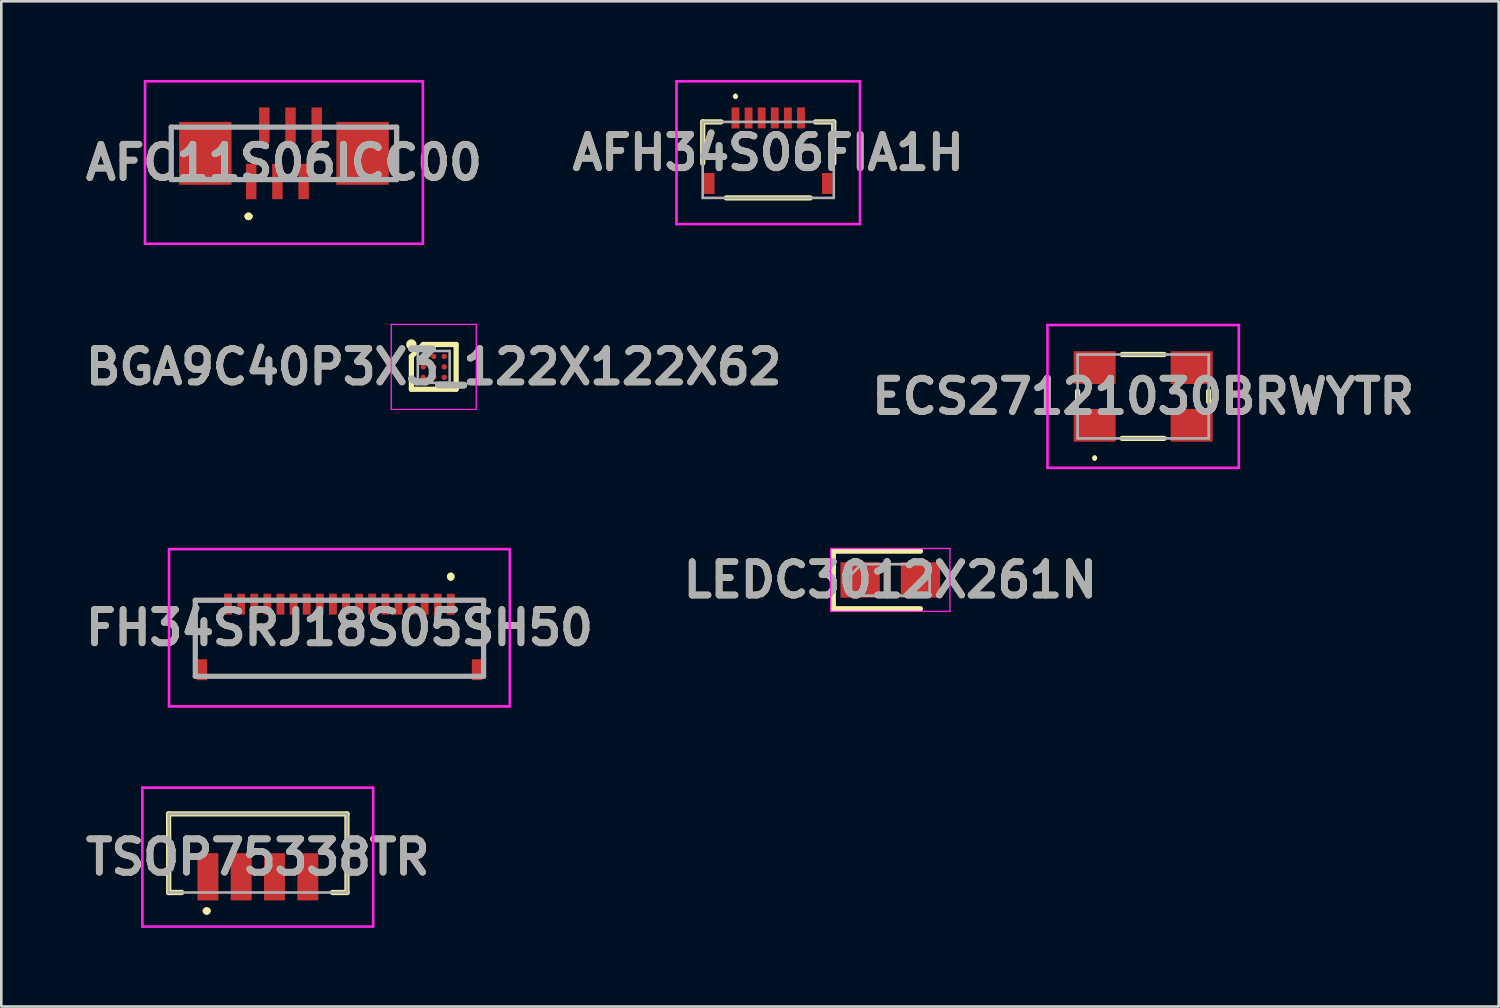
<source format=kicad_pcb>
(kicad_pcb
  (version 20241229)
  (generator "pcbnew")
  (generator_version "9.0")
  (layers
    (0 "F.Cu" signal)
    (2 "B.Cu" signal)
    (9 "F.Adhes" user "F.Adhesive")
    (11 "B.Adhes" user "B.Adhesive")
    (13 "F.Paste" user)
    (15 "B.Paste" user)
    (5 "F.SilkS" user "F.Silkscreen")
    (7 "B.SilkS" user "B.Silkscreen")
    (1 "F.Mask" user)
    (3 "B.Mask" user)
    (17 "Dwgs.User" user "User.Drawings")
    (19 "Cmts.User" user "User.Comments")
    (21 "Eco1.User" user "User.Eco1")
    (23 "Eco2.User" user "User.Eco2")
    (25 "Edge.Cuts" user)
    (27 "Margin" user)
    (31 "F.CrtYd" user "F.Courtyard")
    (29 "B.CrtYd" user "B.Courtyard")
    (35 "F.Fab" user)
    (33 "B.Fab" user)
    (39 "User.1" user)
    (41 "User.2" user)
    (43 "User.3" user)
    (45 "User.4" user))
  (footprint "LEDC3012X261N"
    (layer "F.Cu")
    (at 30.916 19.075)
    (property "Reference" "LEDC3012X261N" (at 0 0 0) (layer "F.SilkS") (effects (font (size 1.27 1.27) (thickness 0.254))))
    (attr smd)
    (fp_line (start -2.175 -1.1) (end -2.175 1.1) (stroke (width 0.2) (type solid)) (layer "F.SilkS"))
    (fp_line (start -2.175 1.1) (end 1.15 1.1) (stroke (width 0.2) (type solid)) (layer "F.SilkS"))
    (fp_line (start 1.15 -1.1) (end -2.175 -1.1) (stroke (width 0.2) (type solid)) (layer "F.SilkS"))
    (fp_line (start -2.275 -1.2) (end 2.275 -1.2) (stroke (width 0.05) (type solid)) (layer "F.CrtYd"))
    (fp_line (start -2.275 1.2) (end -2.275 -1.2) (stroke (width 0.05) (type solid)) (layer "F.CrtYd"))
    (fp_line (start 2.275 -1.2) (end 2.275 1.2) (stroke (width 0.05) (type solid)) (layer "F.CrtYd"))
    (fp_line (start 2.275 1.2) (end -2.275 1.2) (stroke (width 0.05) (type solid)) (layer "F.CrtYd"))
    (fp_line (start -1.5 -0.6) (end 1.5 -0.6) (stroke (width 0.1) (type solid)) (layer "F.Fab"))
    (fp_line (start -1.5 -0.2) (end -1.1 -0.6) (stroke (width 0.1) (type solid)) (layer "F.Fab"))
    (fp_line (start -1.5 0.6) (end -1.5 -0.6) (stroke (width 0.1) (type solid)) (layer "F.Fab"))
    (fp_line (start 1.5 -0.6) (end 1.5 0.6) (stroke (width 0.1) (type solid)) (layer "F.Fab"))
    (fp_line (start 1.5 0.6) (end -1.5 0.6) (stroke (width 0.1) (type solid)) (layer "F.Fab"))
    (fp_text user "${REFERENCE}" (at 0 0 0) (layer "F.Fab") (effects (font (size 1.27 1.27) (thickness 0.254))))
    (pad "1" smd rect (at -1.15 0 90) (size 1.35 1.5) (layers "F.Cu" "F.Mask" "F.Paste"))
    (pad "2" smd rect (at 1.15 0 90) (size 1.35 1.5) (layers "F.Cu" "F.Mask" "F.Paste")))
  (footprint "BGA9C40P3X3_122X122X62"
    (layer "F.Cu")
    (at 13.498 10.947)
    (property "Reference" "BGA9C40P3X3_122X122X62" (at 0 0 0) (layer "F.SilkS") (effects (font (size 1.27 1.27) (thickness 0.254))))
    (attr smd)
    (fp_line (start -0.854 -0.4) (end -0.4 -0.854) (stroke (width 0.2) (type solid)) (layer "F.SilkS"))
    (fp_line (start -0.854 0.854) (end -0.854 -0.4) (stroke (width 0.2) (type solid)) (layer "F.SilkS"))
    (fp_line (start -0.4 -0.854) (end 0.854 -0.854) (stroke (width 0.2) (type solid)) (layer "F.SilkS"))
    (fp_line (start 0.854 -0.854) (end 0.854 0.854) (stroke (width 0.2) (type solid)) (layer "F.SilkS"))
    (fp_line (start 0.854 0.854) (end -0.854 0.854) (stroke (width 0.2) (type solid)) (layer "F.SilkS"))
    (fp_circle (center -0.854 -0.854) (end -0.854 -0.754) (stroke (width 0.2) (type solid)) (fill no) (layer "F.SilkS"))
    (fp_line (start -1.622 -1.622) (end 1.623 -1.622) (stroke (width 0.05) (type solid)) (layer "F.CrtYd"))
    (fp_line (start -1.622 1.623) (end -1.622 -1.622) (stroke (width 0.05) (type solid)) (layer "F.CrtYd"))
    (fp_line (start 1.623 -1.622) (end 1.623 1.623) (stroke (width 0.05) (type solid)) (layer "F.CrtYd"))
    (fp_line (start 1.623 1.623) (end -1.622 1.623) (stroke (width 0.05) (type solid)) (layer "F.CrtYd"))
    (fp_line (start -0.608 -0.608) (end 0.607 -0.608) (stroke (width 0.1) (type solid)) (layer "F.Fab"))
    (fp_line (start -0.608 -0.296) (end -0.297 -0.607) (stroke (width 0.1) (type solid)) (layer "F.Fab"))
    (fp_line (start -0.608 0.607) (end -0.608 -0.608) (stroke (width 0.1) (type solid)) (layer "F.Fab"))
    (fp_line (start 0.607 -0.608) (end 0.607 0.607) (stroke (width 0.1) (type solid)) (layer "F.Fab"))
    (fp_line (start 0.607 0.607) (end -0.608 0.607) (stroke (width 0.1) (type solid)) (layer "F.Fab"))
    (fp_text user "${REFERENCE}" (at 0 0 0) (layer "F.Fab") (effects (font (size 1.27 1.27) (thickness 0.254))))
    (pad "A1" smd circle (at -0.4 -0.4 90) (size 0.208 0.208) (layers "F.Cu" "F.Mask" "F.Paste"))
    (pad "A2" smd circle (at 0 -0.4 90) (size 0.208 0.208) (layers "F.Cu" "F.Mask" "F.Paste"))
    (pad "A3" smd circle (at 0.4 -0.4 90) (size 0.208 0.208) (layers "F.Cu" "F.Mask" "F.Paste"))
    (pad "B1" smd circle (at -0.4 0 90) (size 0.208 0.208) (layers "F.Cu" "F.Mask" "F.Paste"))
    (pad "B2" smd circle (at 0 0 90) (size 0.208 0.208) (layers "F.Cu" "F.Mask" "F.Paste"))
    (pad "B3" smd circle (at 0.4 0 90) (size 0.208 0.208) (layers "F.Cu" "F.Mask" "F.Paste"))
    (pad "C1" smd circle (at -0.4 0.4 90) (size 0.208 0.208) (layers "F.Cu" "F.Mask" "F.Paste"))
    (pad "C2" smd circle (at 0 0.4 90) (size 0.208 0.208) (layers "F.Cu" "F.Mask" "F.Paste"))
    (pad "C3" smd circle (at 0.4 0.4 90) (size 0.208 0.208) (layers "F.Cu" "F.Mask" "F.Paste")))
  (footprint "FH34SRJ18S05SH50"
    (layer "F.Cu")
    (at 9.9 21.3)
    (property "Reference" "FH34SRJ18S05SH50" (at 0 -0.4 0) (layer "F.SilkS") (effects (font (size 1.27 1.27) (thickness 0.254))))
    (attr smd)
    (fp_line (start -5.5 -1.45) (end -5.5 0.2) (stroke (width 0.1) (type solid)) (layer "F.SilkS"))
    (fp_line (start -5 -1.45) (end -5.5 -1.45) (stroke (width 0.1) (type solid)) (layer "F.SilkS"))
    (fp_line (start -4.5 1.45) (end -4.5 1.45) (stroke (width 0.1) (type solid)) (layer "F.SilkS"))
    (fp_line (start -4.5 1.45) (end 4.5 1.45) (stroke (width 0.1) (type solid)) (layer "F.SilkS"))
    (fp_line (start 4.25 -2.4) (end 4.25 -2.4) (stroke (width 0.2) (type solid)) (layer "F.SilkS"))
    (fp_line (start 4.25 -2.4) (end 4.25 -2.4) (stroke (width 0.2) (type solid)) (layer "F.SilkS"))
    (fp_line (start 4.25 -2.3) (end 4.25 -2.3) (stroke (width 0.2) (type solid)) (layer "F.SilkS"))
    (fp_line (start 4.5 1.45) (end -4.5 1.45) (stroke (width 0.1) (type solid)) (layer "F.SilkS"))
    (fp_line (start 4.5 1.45) (end 4.5 1.45) (stroke (width 0.1) (type solid)) (layer "F.SilkS"))
    (fp_line (start 5 -1.45) (end 5.5 -1.45) (stroke (width 0.1) (type solid)) (layer "F.SilkS"))
    (fp_line (start 5.5 -1.45) (end 5.5 0.2) (stroke (width 0.1) (type solid)) (layer "F.SilkS"))
    (fp_arc (start 4.25 -2.4) (mid 4.3 -2.35) (end 4.25 -2.3) (stroke (width 0.2) (type solid)) (layer "F.SilkS"))
    (fp_arc (start 4.25 -2.3) (mid 4.2 -2.35) (end 4.25 -2.4) (stroke (width 0.2) (type solid)) (layer "F.SilkS"))
    (fp_arc (start 4.25 -2.3) (mid 4.2 -2.35) (end 4.25 -2.4) (stroke (width 0.2) (type solid)) (layer "F.SilkS"))
    (fp_line (start -6.5 -3.4) (end 6.5 -3.4) (stroke (width 0.1) (type solid)) (layer "F.CrtYd"))
    (fp_line (start -6.5 2.6) (end -6.5 -3.4) (stroke (width 0.1) (type solid)) (layer "F.CrtYd"))
    (fp_line (start 6.5 -3.4) (end 6.5 2.6) (stroke (width 0.1) (type solid)) (layer "F.CrtYd"))
    (fp_line (start 6.5 2.6) (end -6.5 2.6) (stroke (width 0.1) (type solid)) (layer "F.CrtYd"))
    (fp_line (start -5.5 -1.45) (end 5.5 -1.45) (stroke (width 0.2) (type solid)) (layer "F.Fab"))
    (fp_line (start -5.5 1.45) (end -5.5 -1.45) (stroke (width 0.2) (type solid)) (layer "F.Fab"))
    (fp_line (start 5.5 -1.45) (end 5.5 1.45) (stroke (width 0.2) (type solid)) (layer "F.Fab"))
    (fp_line (start 5.5 1.45) (end -5.5 1.45) (stroke (width 0.2) (type solid)) (layer "F.Fab"))
    (fp_text user "${REFERENCE}" (at 0 -0.4 0) (layer "F.Fab") (effects (font (size 1.27 1.27) (thickness 0.254))))
    (pad "1" smd rect (at 4.25 -1.3) (size 0.3 0.8) (layers "F.Cu" "F.Mask" "F.Paste"))
    (pad "2" smd rect (at 3.75 -1.3) (size 0.3 0.8) (layers "F.Cu" "F.Mask" "F.Paste"))
    (pad "3" smd rect (at 3.25 -1.3) (size 0.3 0.8) (layers "F.Cu" "F.Mask" "F.Paste"))
    (pad "4" smd rect (at 2.75 -1.3) (size 0.3 0.8) (layers "F.Cu" "F.Mask" "F.Paste"))
    (pad "5" smd rect (at 2.25 -1.3) (size 0.3 0.8) (layers "F.Cu" "F.Mask" "F.Paste"))
    (pad "6" smd rect (at 1.75 -1.3) (size 0.3 0.8) (layers "F.Cu" "F.Mask" "F.Paste"))
    (pad "7" smd rect (at 1.25 -1.3) (size 0.3 0.8) (layers "F.Cu" "F.Mask" "F.Paste"))
    (pad "8" smd rect (at 0.75 -1.3) (size 0.3 0.8) (layers "F.Cu" "F.Mask" "F.Paste"))
    (pad "9" smd rect (at 0.25 -1.3) (size 0.3 0.8) (layers "F.Cu" "F.Mask" "F.Paste"))
    (pad "10" smd rect (at -0.25 -1.3) (size 0.3 0.8) (layers "F.Cu" "F.Mask" "F.Paste"))
    (pad "11" smd rect (at -0.75 -1.3) (size 0.3 0.8) (layers "F.Cu" "F.Mask" "F.Paste"))
    (pad "12" smd rect (at -1.25 -1.3) (size 0.3 0.8) (layers "F.Cu" "F.Mask" "F.Paste"))
    (pad "13" smd rect (at -1.75 -1.3) (size 0.3 0.8) (layers "F.Cu" "F.Mask" "F.Paste"))
    (pad "14" smd rect (at -2.25 -1.3) (size 0.3 0.8) (layers "F.Cu" "F.Mask" "F.Paste"))
    (pad "15" smd rect (at -2.75 -1.3) (size 0.3 0.8) (layers "F.Cu" "F.Mask" "F.Paste"))
    (pad "16" smd rect (at -3.25 -1.3) (size 0.3 0.8) (layers "F.Cu" "F.Mask" "F.Paste"))
    (pad "17" smd rect (at -3.75 -1.3) (size 0.3 0.8) (layers "F.Cu" "F.Mask" "F.Paste"))
    (pad "18" smd rect (at -4.25 -1.3) (size 0.3 0.8) (layers "F.Cu" "F.Mask" "F.Paste"))
    (pad "MP1" smd rect (at 5.25 1.2) (size 0.4 0.8) (layers "F.Cu" "F.Mask" "F.Paste"))
    (pad "MP2" smd rect (at -5.25 1.2) (size 0.4 0.8) (layers "F.Cu" "F.Mask" "F.Paste")))
  (footprint "ECS27121030BRWYTR"
    (layer "F.Cu")
    (at 40.562 12.075)
    (property "Reference" "ECS27121030BRWYTR" (at 0 0 0) (layer "F.SilkS") (effects (font (size 1.27 1.27) (thickness 0.254))))
    (attr smd)
    (fp_line (start -2.5 -0.2) (end -2.5 0.2) (stroke (width 0.2) (type solid)) (layer "F.SilkS"))
    (fp_line (start -1.85 2.3) (end -1.85 2.3) (stroke (width 0.1) (type solid)) (layer "F.SilkS"))
    (fp_line (start -1.85 2.4) (end -1.85 2.4) (stroke (width 0.1) (type solid)) (layer "F.SilkS"))
    (fp_line (start -0.8 -1.6) (end 0.8 -1.6) (stroke (width 0.2) (type solid)) (layer "F.SilkS"))
    (fp_line (start -0.8 1.6) (end 0.8 1.6) (stroke (width 0.2) (type solid)) (layer "F.SilkS"))
    (fp_line (start 2.5 -0.2) (end 2.5 0.2) (stroke (width 0.2) (type solid)) (layer "F.SilkS"))
    (fp_arc (start -1.85 2.3) (mid -1.8 2.35) (end -1.85 2.4) (stroke (width 0.1) (type solid)) (layer "F.SilkS"))
    (fp_arc (start -1.85 2.4) (mid -1.9 2.35) (end -1.85 2.3) (stroke (width 0.1) (type solid)) (layer "F.SilkS"))
    (fp_line (start -3.65 -2.725) (end 3.65 -2.725) (stroke (width 0.1) (type solid)) (layer "F.CrtYd"))
    (fp_line (start -3.65 2.725) (end -3.65 -2.725) (stroke (width 0.1) (type solid)) (layer "F.CrtYd"))
    (fp_line (start 3.65 -2.725) (end 3.65 2.725) (stroke (width 0.1) (type solid)) (layer "F.CrtYd"))
    (fp_line (start 3.65 2.725) (end -3.65 2.725) (stroke (width 0.1) (type solid)) (layer "F.CrtYd"))
    (fp_line (start -2.5 -1.6) (end -2.5 1.6) (stroke (width 0.1) (type solid)) (layer "F.Fab"))
    (fp_line (start -2.5 1.6) (end 2.5 1.6) (stroke (width 0.1) (type solid)) (layer "F.Fab"))
    (fp_line (start 2.5 -1.6) (end -2.5 -1.6) (stroke (width 0.1) (type solid)) (layer "F.Fab"))
    (fp_line (start 2.5 1.6) (end 2.5 -1.6) (stroke (width 0.1) (type solid)) (layer "F.Fab"))
    (fp_text user "${REFERENCE}" (at 0 0 0) (layer "F.Fab") (effects (font (size 1.27 1.27) (thickness 0.254))))
    (pad "1" smd rect (at -1.85 1.1 90) (size 1.25 1.6) (layers "F.Cu" "F.Mask" "F.Paste"))
    (pad "2" smd rect (at 1.85 1.1 90) (size 1.25 1.6) (layers "F.Cu" "F.Mask" "F.Paste"))
    (pad "3" smd rect (at 1.85 -1.1 90) (size 1.25 1.6) (layers "F.Cu" "F.Mask" "F.Paste"))
    (pad "4" smd rect (at -1.85 -1.1 90) (size 1.25 1.6) (layers "F.Cu" "F.Mask" "F.Paste")))
  (footprint "AFC11S06ICC00"
    (layer "F.Cu")
    (at 7.783 2.8)
    (property "Reference" "AFC11S06ICC00" (at 0 0.35 0) (layer "F.SilkS") (effects (font (size 1.27 1.27) (thickness 0.254))))
    (attr smd)
    (fp_line (start -1.4 2.4) (end -1.4 2.4) (stroke (width 0.2) (type solid)) (layer "F.SilkS"))
    (fp_line (start -1.4 2.4) (end -1.4 2.4) (stroke (width 0.2) (type solid)) (layer "F.SilkS"))
    (fp_line (start -1.3 2.4) (end -1.3 2.4) (stroke (width 0.2) (type solid)) (layer "F.SilkS"))
    (fp_arc (start -1.4 2.4) (mid -1.35 2.35) (end -1.3 2.4) (stroke (width 0.2) (type solid)) (layer "F.SilkS"))
    (fp_arc (start -1.3 2.4) (mid -1.35 2.45) (end -1.4 2.4) (stroke (width 0.2) (type solid)) (layer "F.SilkS"))
    (fp_arc (start -1.3 2.4) (mid -1.35 2.45) (end -1.4 2.4) (stroke (width 0.2) (type solid)) (layer "F.SilkS"))
    (fp_line (start -5.3 -2.75) (end 5.3 -2.75) (stroke (width 0.1) (type solid)) (layer "F.CrtYd"))
    (fp_line (start -5.3 3.45) (end -5.3 -2.75) (stroke (width 0.1) (type solid)) (layer "F.CrtYd"))
    (fp_line (start 5.3 -2.75) (end 5.3 3.45) (stroke (width 0.1) (type solid)) (layer "F.CrtYd"))
    (fp_line (start 5.3 3.45) (end -5.3 3.45) (stroke (width 0.1) (type solid)) (layer "F.CrtYd"))
    (fp_line (start -4.3 -1) (end -4.3 1) (stroke (width 0.2) (type solid)) (layer "F.Fab"))
    (fp_line (start -4.3 1) (end 4.3 1) (stroke (width 0.2) (type solid)) (layer "F.Fab"))
    (fp_line (start 4.3 -1) (end -4.3 -1) (stroke (width 0.2) (type solid)) (layer "F.Fab"))
    (fp_line (start 4.3 1) (end 4.3 -1) (stroke (width 0.2) (type solid)) (layer "F.Fab"))
    (fp_text user "${REFERENCE}" (at 0 0.35 0) (layer "F.Fab") (effects (font (size 1.27 1.27) (thickness 0.254))))
    (pad "1" smd rect (at -1.25 1.075) (size 0.4 1.35) (layers "F.Cu" "F.Mask" "F.Paste"))
    (pad "2" smd rect (at -0.75 -1.075) (size 0.4 1.35) (layers "F.Cu" "F.Mask" "F.Paste"))
    (pad "3" smd rect (at -0.25 1.075) (size 0.4 1.35) (layers "F.Cu" "F.Mask" "F.Paste"))
    (pad "4" smd rect (at 0.25 -1.075) (size 0.4 1.35) (layers "F.Cu" "F.Mask" "F.Paste"))
    (pad "5" smd rect (at 0.75 1.075) (size 0.4 1.35) (layers "F.Cu" "F.Mask" "F.Paste"))
    (pad "6" smd rect (at 1.25 -1.075) (size 0.4 1.35) (layers "F.Cu" "F.Mask" "F.Paste"))
    (pad "MP1" smd rect (at -3 0) (size 2 2.4) (layers "F.Cu" "F.Mask" "F.Paste"))
    (pad "MP2" smd rect (at 3 0) (size 2 2.4) (layers "F.Cu" "F.Mask" "F.Paste")))
  (footprint "TSOP75338TR"
    (layer "F.Cu")
    (at 6.787 29.5)
    (property "Reference" "TSOP75338TR" (at -0.002 0.15 0) (layer "F.SilkS") (effects (font (size 1.27 1.27) (thickness 0.254))))
    (attr smd)
    (fp_line (start -3.405 -1.5) (end 3.4 -1.5) (stroke (width 0.2) (type solid)) (layer "F.SilkS"))
    (fp_line (start -3.4 1.5) (end -3.405 -1.5) (stroke (width 0.2) (type solid)) (layer "F.SilkS"))
    (fp_line (start -2.905 1.5) (end -3.4 1.5) (stroke (width 0.2) (type solid)) (layer "F.SilkS"))
    (fp_line (start -2 2.2) (end -2 2.2) (stroke (width 0.2) (type solid)) (layer "F.SilkS"))
    (fp_line (start -2 2.2) (end -2 2.2) (stroke (width 0.2) (type solid)) (layer "F.SilkS"))
    (fp_line (start -1.905 2.2) (end -1.905 2.2) (stroke (width 0.2) (type solid)) (layer "F.SilkS"))
    (fp_line (start 3.4 -1.5) (end 3.4 1.5) (stroke (width 0.2) (type solid)) (layer "F.SilkS"))
    (fp_line (start 3.4 1.5) (end 2.845 1.5) (stroke (width 0.2) (type solid)) (layer "F.SilkS"))
    (fp_arc (start -2 2.2) (mid -1.9525 2.1525) (end -1.905 2.2) (stroke (width 0.2) (type solid)) (layer "F.SilkS"))
    (fp_arc (start -1.905 2.2) (mid -1.9525 2.2475) (end -2 2.2) (stroke (width 0.2) (type solid)) (layer "F.SilkS"))
    (fp_arc (start -1.905 2.2) (mid -1.9525 2.2475) (end -2 2.2) (stroke (width 0.2) (type solid)) (layer "F.SilkS"))
    (fp_line (start -4.405 -2.5) (end 4.4 -2.5) (stroke (width 0.1) (type solid)) (layer "F.CrtYd"))
    (fp_line (start -4.405 2.8) (end -4.405 -2.5) (stroke (width 0.1) (type solid)) (layer "F.CrtYd"))
    (fp_line (start 4.4 -2.5) (end 4.4 2.8) (stroke (width 0.1) (type solid)) (layer "F.CrtYd"))
    (fp_line (start 4.4 2.8) (end -4.405 2.8) (stroke (width 0.1) (type solid)) (layer "F.CrtYd"))
    (fp_line (start -3.4 -1.5) (end -3.4 1.5) (stroke (width 0.1) (type solid)) (layer "F.Fab"))
    (fp_line (start -3.4 1.5) (end 3.4 1.5) (stroke (width 0.1) (type solid)) (layer "F.Fab"))
    (fp_line (start 3.4 -1.5) (end -3.4 -1.5) (stroke (width 0.1) (type solid)) (layer "F.Fab"))
    (fp_line (start 3.4 1.5) (end 3.4 -1.5) (stroke (width 0.1) (type solid)) (layer "F.Fab"))
    (fp_text user "${REFERENCE}" (at -0.002 0.15 0) (layer "F.Fab") (effects (font (size 1.27 1.27) (thickness 0.254))))
    (pad "1" smd rect (at -1.905 0.9) (size 0.8 1.8) (layers "F.Cu" "F.Mask" "F.Paste"))
    (pad "2" smd rect (at -0.635 0.9) (size 0.8 1.8) (layers "F.Cu" "F.Mask" "F.Paste"))
    (pad "3" smd rect (at 0.635 0.9) (size 0.8 1.8) (layers "F.Cu" "F.Mask" "F.Paste"))
    (pad "4" smd rect (at 1.905 0.9) (size 0.8 1.8) (layers "F.Cu" "F.Mask" "F.Paste")))
  (footprint "AFH34S06FIA1H"
    (layer "F.Cu")
    (at 26.259 2.975)
    (property "Reference" "AFH34S06FIA1H" (at 0 -0.2 0) (layer "F.SilkS") (effects (font (size 1.27 1.27) (thickness 0.254))))
    (attr smd)
    (fp_line (start -2.5 -1.375) (end -2.5 0.2) (stroke (width 0.2) (type solid)) (layer "F.SilkS"))
    (fp_line (start -1.8 -1.375) (end -2.5 -1.375) (stroke (width 0.2) (type solid)) (layer "F.SilkS"))
    (fp_line (start -1.25 -2.4) (end -1.25 -2.4) (stroke (width 0.1) (type solid)) (layer "F.SilkS"))
    (fp_line (start -1.25 -2.3) (end -1.25 -2.3) (stroke (width 0.1) (type solid)) (layer "F.SilkS"))
    (fp_line (start 1.6 1.525) (end -1.6 1.525) (stroke (width 0.2) (type solid)) (layer "F.SilkS"))
    (fp_line (start 1.8 -1.375) (end 2.5 -1.375) (stroke (width 0.2) (type solid)) (layer "F.SilkS"))
    (fp_line (start 2.5 -1.375) (end 2.5 0.2) (stroke (width 0.2) (type solid)) (layer "F.SilkS"))
    (fp_arc (start -1.25 -2.4) (mid -1.2 -2.35) (end -1.25 -2.3) (stroke (width 0.1) (type solid)) (layer "F.SilkS"))
    (fp_arc (start -1.25 -2.3) (mid -1.3 -2.35) (end -1.25 -2.4) (stroke (width 0.1) (type solid)) (layer "F.SilkS"))
    (fp_line (start -3.5 -2.925) (end 3.5 -2.925) (stroke (width 0.1) (type solid)) (layer "F.CrtYd"))
    (fp_line (start -3.5 2.525) (end -3.5 -2.925) (stroke (width 0.1) (type solid)) (layer "F.CrtYd"))
    (fp_line (start 3.5 -2.925) (end 3.5 2.525) (stroke (width 0.1) (type solid)) (layer "F.CrtYd"))
    (fp_line (start 3.5 2.525) (end -3.5 2.525) (stroke (width 0.1) (type solid)) (layer "F.CrtYd"))
    (fp_line (start -2.5 -1.375) (end 2.5 -1.375) (stroke (width 0.1) (type solid)) (layer "F.Fab"))
    (fp_line (start -2.5 1.525) (end -2.5 -1.375) (stroke (width 0.1) (type solid)) (layer "F.Fab"))
    (fp_line (start 2.5 -1.375) (end 2.5 1.525) (stroke (width 0.1) (type solid)) (layer "F.Fab"))
    (fp_line (start 2.5 1.525) (end -2.5 1.525) (stroke (width 0.1) (type solid)) (layer "F.Fab"))
    (fp_text user "${REFERENCE}" (at 0 -0.2 0) (layer "F.Fab") (effects (font (size 1.27 1.27) (thickness 0.254))))
    (pad "1" smd rect (at -1.25 -1.525) (size 0.3 0.8) (layers "F.Cu" "F.Mask" "F.Paste"))
    (pad "2" smd rect (at -0.75 -1.525) (size 0.3 0.8) (layers "F.Cu" "F.Mask" "F.Paste"))
    (pad "3" smd rect (at -0.25 -1.525) (size 0.3 0.8) (layers "F.Cu" "F.Mask" "F.Paste"))
    (pad "4" smd rect (at 0.25 -1.525) (size 0.3 0.8) (layers "F.Cu" "F.Mask" "F.Paste"))
    (pad "5" smd rect (at 0.75 -1.525) (size 0.3 0.8) (layers "F.Cu" "F.Mask" "F.Paste"))
    (pad "6" smd rect (at 1.25 -1.525) (size 0.3 0.8) (layers "F.Cu" "F.Mask" "F.Paste"))
    (pad "7" smd rect (at -2.25 0.975) (size 0.4 0.8) (layers "F.Cu" "F.Mask" "F.Paste"))
    (pad "8" smd rect (at 2.25 0.975) (size 0.4 0.8) (layers "F.Cu" "F.Mask" "F.Paste")))
  (gr_rect
    (start -3 -3)
    (end 54.127 35.35)
    (stroke (width 0.1) (type default))
    (fill no)
    (layer "Edge.Cuts")))
</source>
